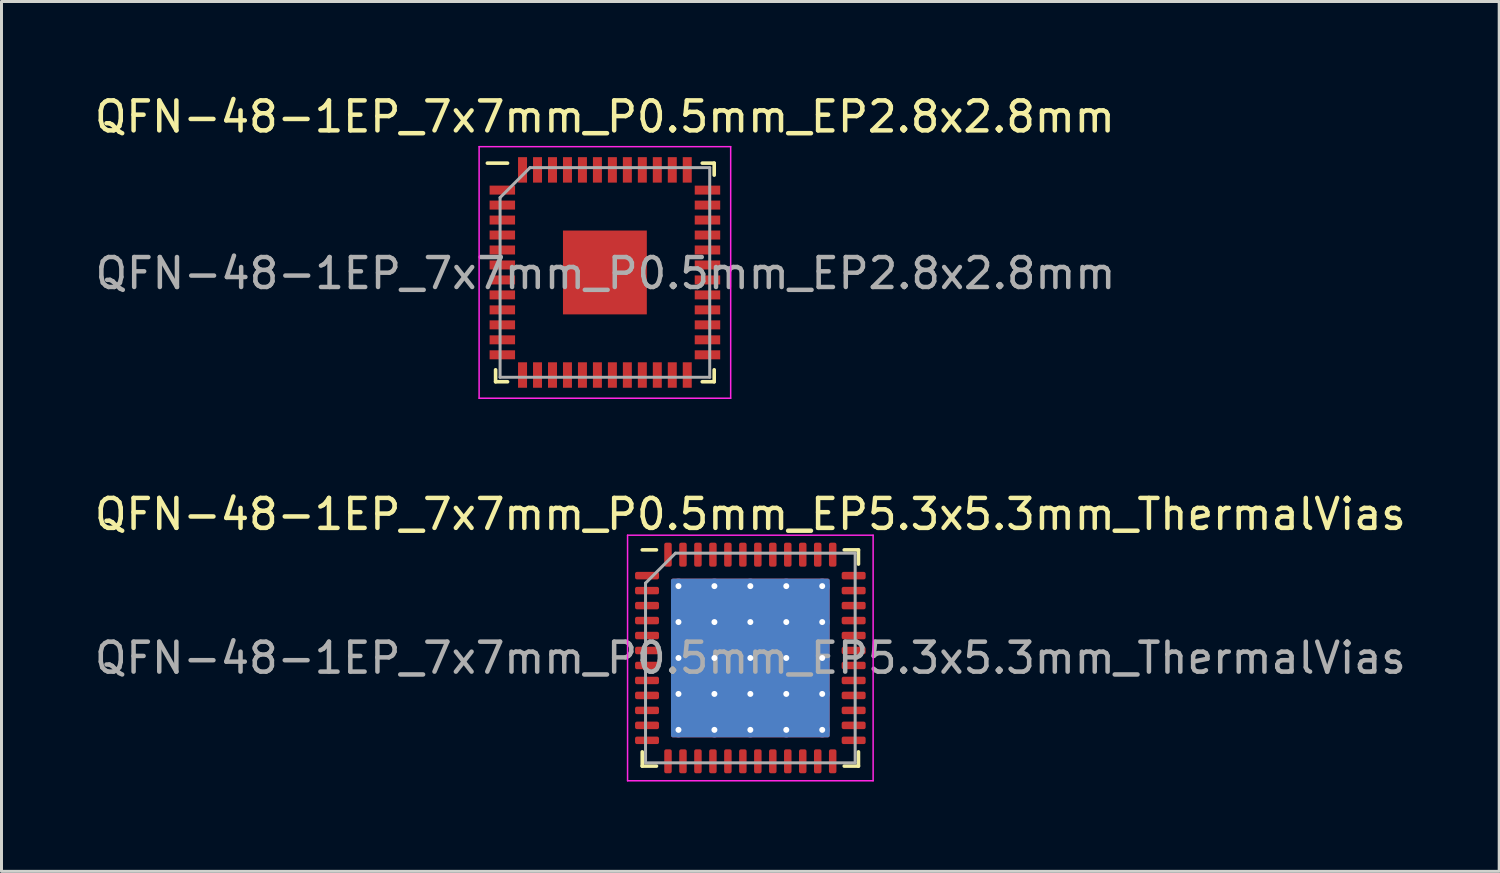
<source format=kicad_pcb>
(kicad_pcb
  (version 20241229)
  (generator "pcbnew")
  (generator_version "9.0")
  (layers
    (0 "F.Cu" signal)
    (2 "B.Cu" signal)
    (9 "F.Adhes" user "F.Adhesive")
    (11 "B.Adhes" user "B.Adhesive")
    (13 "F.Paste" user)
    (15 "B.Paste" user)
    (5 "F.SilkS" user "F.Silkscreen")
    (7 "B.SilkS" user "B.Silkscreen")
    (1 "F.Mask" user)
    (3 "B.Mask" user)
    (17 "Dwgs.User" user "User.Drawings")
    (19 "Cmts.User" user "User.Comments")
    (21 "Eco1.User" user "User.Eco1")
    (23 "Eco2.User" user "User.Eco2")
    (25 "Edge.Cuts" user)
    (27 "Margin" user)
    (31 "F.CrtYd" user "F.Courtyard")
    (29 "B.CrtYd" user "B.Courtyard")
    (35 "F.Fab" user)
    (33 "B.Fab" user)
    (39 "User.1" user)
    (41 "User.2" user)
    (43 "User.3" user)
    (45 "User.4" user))
  (footprint "QFN-48-1EP_7x7mm_P0.5mm_EP2.8x2.8mm"
    (layer "F.Cu")
    (at 17.149 6.048)
    (property "Reference" "QFN-48-1EP_7x7mm_P0.5mm_EP2.8x2.8mm" (at 0 -5.2 0) (layer "F.SilkS") (effects (font (size 1 1) (thickness 0.15))))
    (attr smd)
    (fp_line (start -3.65 3.65) (end -3.65 3.25) (stroke (width 0.12) (type solid)) (layer "F.SilkS"))
    (fp_line (start -3.25 -3.65) (end -3.925 -3.65) (stroke (width 0.12) (type solid)) (layer "F.SilkS"))
    (fp_line (start -3.25 3.65) (end -3.65 3.65) (stroke (width 0.12) (type solid)) (layer "F.SilkS"))
    (fp_line (start 3.25 -3.65) (end 3.65 -3.65) (stroke (width 0.12) (type solid)) (layer "F.SilkS"))
    (fp_line (start 3.25 3.65) (end 3.65 3.65) (stroke (width 0.12) (type solid)) (layer "F.SilkS"))
    (fp_line (start 3.65 -3.65) (end 3.65 -3.25) (stroke (width 0.12) (type solid)) (layer "F.SilkS"))
    (fp_line (start 3.65 3.65) (end 3.65 3.25) (stroke (width 0.12) (type solid)) (layer "F.SilkS"))
    (fp_line (start -4.2 -4.2) (end 4.2 -4.2) (stroke (width 0.05) (type solid)) (layer "F.CrtYd"))
    (fp_line (start -4.2 4.2) (end -4.2 -4.2) (stroke (width 0.05) (type solid)) (layer "F.CrtYd"))
    (fp_line (start 4.2 -4.2) (end 4.2 4.2) (stroke (width 0.05) (type solid)) (layer "F.CrtYd"))
    (fp_line (start 4.2 4.2) (end -4.2 4.2) (stroke (width 0.05) (type solid)) (layer "F.CrtYd"))
    (fp_line (start -3.5 -2.5) (end -3.5 3.5) (stroke (width 0.1) (type solid)) (layer "F.Fab"))
    (fp_line (start -3.5 3.5) (end 3.5 3.5) (stroke (width 0.1) (type solid)) (layer "F.Fab"))
    (fp_line (start -2.5 -3.5) (end -3.5 -2.5) (stroke (width 0.1) (type solid)) (layer "F.Fab"))
    (fp_line (start 3.5 -3.5) (end -2.5 -3.5) (stroke (width 0.1) (type solid)) (layer "F.Fab"))
    (fp_line (start 3.5 3.5) (end 3.5 -3.5) (stroke (width 0.1) (type solid)) (layer "F.Fab"))
    (fp_text user "${REFERENCE}" (at 0.02 0.03 0) (layer "F.Fab") (effects (font (size 1 1) (thickness 0.15))))
    (pad "" smd roundrect (at -0.635 -0.635) (size 0.99 0.99) (layers "F.Paste") (roundrect_rratio 0.25))
    (pad "" smd roundrect (at -0.635 0.635) (size 0.99 0.99) (layers "F.Paste") (roundrect_rratio 0.25))
    (pad "" smd roundrect (at 0.635 -0.635) (size 0.99 0.99) (layers "F.Paste") (roundrect_rratio 0.25))
    (pad "" smd roundrect (at 0.635 0.635) (size 0.99 0.99) (layers "F.Paste") (roundrect_rratio 0.25))
    (pad "1" smd rect (at -3.425 -2.75 90) (size 0.3 0.85) (layers "F.Cu" "F.Mask" "F.Paste"))
    (pad "2" smd rect (at -3.425 -2.25 90) (size 0.3 0.85) (layers "F.Cu" "F.Mask" "F.Paste"))
    (pad "3" smd rect (at -3.425 -1.75 90) (size 0.3 0.85) (layers "F.Cu" "F.Mask" "F.Paste"))
    (pad "4" smd rect (at -3.425 -1.25 90) (size 0.3 0.85) (layers "F.Cu" "F.Mask" "F.Paste"))
    (pad "5" smd rect (at -3.425 -0.75 90) (size 0.3 0.85) (layers "F.Cu" "F.Mask" "F.Paste"))
    (pad "6" smd rect (at -3.425 -0.25 90) (size 0.3 0.85) (layers "F.Cu" "F.Mask" "F.Paste"))
    (pad "7" smd rect (at -3.425 0.25 90) (size 0.3 0.85) (layers "F.Cu" "F.Mask" "F.Paste"))
    (pad "8" smd rect (at -3.425 0.75 90) (size 0.3 0.85) (layers "F.Cu" "F.Mask" "F.Paste"))
    (pad "9" smd rect (at -3.425 1.25 90) (size 0.3 0.85) (layers "F.Cu" "F.Mask" "F.Paste"))
    (pad "10" smd rect (at -3.425 1.75 90) (size 0.3 0.85) (layers "F.Cu" "F.Mask" "F.Paste"))
    (pad "11" smd rect (at -3.425 2.25 90) (size 0.3 0.85) (layers "F.Cu" "F.Mask" "F.Paste"))
    (pad "12" smd rect (at -3.425 2.75 90) (size 0.3 0.85) (layers "F.Cu" "F.Mask" "F.Paste"))
    (pad "13" smd rect (at -2.75 3.425) (size 0.3 0.85) (layers "F.Cu" "F.Mask" "F.Paste"))
    (pad "14" smd rect (at -2.25 3.425) (size 0.3 0.85) (layers "F.Cu" "F.Mask" "F.Paste"))
    (pad "15" smd rect (at -1.75 3.425) (size 0.3 0.85) (layers "F.Cu" "F.Mask" "F.Paste"))
    (pad "16" smd rect (at -1.25 3.425) (size 0.3 0.85) (layers "F.Cu" "F.Mask" "F.Paste"))
    (pad "17" smd rect (at -0.75 3.425) (size 0.3 0.85) (layers "F.Cu" "F.Mask" "F.Paste"))
    (pad "18" smd rect (at -0.25 3.425) (size 0.3 0.85) (layers "F.Cu" "F.Mask" "F.Paste"))
    (pad "19" smd rect (at 0.25 3.425) (size 0.3 0.85) (layers "F.Cu" "F.Mask" "F.Paste"))
    (pad "20" smd rect (at 0.75 3.425) (size 0.3 0.85) (layers "F.Cu" "F.Mask" "F.Paste"))
    (pad "21" smd rect (at 1.25 3.425) (size 0.3 0.85) (layers "F.Cu" "F.Mask" "F.Paste"))
    (pad "22" smd rect (at 1.75 3.425) (size 0.3 0.85) (layers "F.Cu" "F.Mask" "F.Paste"))
    (pad "23" smd rect (at 2.25 3.425) (size 0.3 0.85) (layers "F.Cu" "F.Mask" "F.Paste"))
    (pad "24" smd rect (at 2.75 3.425) (size 0.3 0.85) (layers "F.Cu" "F.Mask" "F.Paste"))
    (pad "25" smd rect (at 3.425 2.75 90) (size 0.3 0.85) (layers "F.Cu" "F.Mask" "F.Paste"))
    (pad "26" smd rect (at 3.425 2.25 90) (size 0.3 0.85) (layers "F.Cu" "F.Mask" "F.Paste"))
    (pad "27" smd rect (at 3.425 1.75 90) (size 0.3 0.85) (layers "F.Cu" "F.Mask" "F.Paste"))
    (pad "28" smd rect (at 3.425 1.25 90) (size 0.3 0.85) (layers "F.Cu" "F.Mask" "F.Paste"))
    (pad "29" smd rect (at 3.425 0.75 90) (size 0.3 0.85) (layers "F.Cu" "F.Mask" "F.Paste"))
    (pad "30" smd rect (at 3.425 0.25 90) (size 0.3 0.85) (layers "F.Cu" "F.Mask" "F.Paste"))
    (pad "31" smd rect (at 3.425 -0.25 90) (size 0.3 0.85) (layers "F.Cu" "F.Mask" "F.Paste"))
    (pad "32" smd rect (at 3.425 -0.75 90) (size 0.3 0.85) (layers "F.Cu" "F.Mask" "F.Paste"))
    (pad "33" smd rect (at 3.425 -1.25 90) (size 0.3 0.85) (layers "F.Cu" "F.Mask" "F.Paste"))
    (pad "34" smd rect (at 3.425 -1.75 90) (size 0.3 0.85) (layers "F.Cu" "F.Mask" "F.Paste"))
    (pad "35" smd rect (at 3.425 -2.25 90) (size 0.3 0.85) (layers "F.Cu" "F.Mask" "F.Paste"))
    (pad "36" smd rect (at 3.425 -2.75 90) (size 0.3 0.85) (layers "F.Cu" "F.Mask" "F.Paste"))
    (pad "37" smd rect (at 2.75 -3.425) (size 0.3 0.85) (layers "F.Cu" "F.Mask" "F.Paste"))
    (pad "38" smd rect (at 2.25 -3.425) (size 0.3 0.85) (layers "F.Cu" "F.Mask" "F.Paste"))
    (pad "39" smd rect (at 1.75 -3.425) (size 0.3 0.85) (layers "F.Cu" "F.Mask" "F.Paste"))
    (pad "40" smd rect (at 1.25 -3.425) (size 0.3 0.85) (layers "F.Cu" "F.Mask" "F.Paste"))
    (pad "41" smd rect (at 0.75 -3.425) (size 0.3 0.85) (layers "F.Cu" "F.Mask" "F.Paste"))
    (pad "42" smd rect (at 0.25 -3.425) (size 0.3 0.85) (layers "F.Cu" "F.Mask" "F.Paste"))
    (pad "43" smd rect (at -0.25 -3.425) (size 0.3 0.85) (layers "F.Cu" "F.Mask" "F.Paste"))
    (pad "44" smd rect (at -0.75 -3.425) (size 0.3 0.85) (layers "F.Cu" "F.Mask" "F.Paste"))
    (pad "45" smd rect (at -1.25 -3.425) (size 0.3 0.85) (layers "F.Cu" "F.Mask" "F.Paste"))
    (pad "46" smd rect (at -1.75 -3.425) (size 0.3 0.85) (layers "F.Cu" "F.Mask" "F.Paste"))
    (pad "47" smd rect (at -2.25 -3.425) (size 0.3 0.85) (layers "F.Cu" "F.Mask" "F.Paste"))
    (pad "48" smd rect (at -2.75 -3.425) (size 0.3 0.85) (layers "F.Cu" "F.Mask" "F.Paste"))
    (pad "49" smd rect (at 0 0) (size 2.8 2.8) (layers "F.Cu" "F.Mask")))
  (footprint "QFN-48-1EP_7x7mm_P0.5mm_EP5.3x5.3mm_ThermalVias"
    (layer "F.Cu")
    (at 22.006 18.922)
    (property "Reference" "QFN-48-1EP_7x7mm_P0.5mm_EP5.3x5.3mm_ThermalVias" (at 0 -4.8 0) (layer "F.SilkS") (effects (font (size 1 1) (thickness 0.15))))
    (attr smd)
    (fp_line (start -3.61 3.61) (end -3.61 3.135) (stroke (width 0.12) (type solid)) (layer "F.SilkS"))
    (fp_line (start -3.135 -3.61) (end -3.61 -3.61) (stroke (width 0.12) (type solid)) (layer "F.SilkS"))
    (fp_line (start -3.135 3.61) (end -3.61 3.61) (stroke (width 0.12) (type solid)) (layer "F.SilkS"))
    (fp_line (start 3.135 -3.61) (end 3.61 -3.61) (stroke (width 0.12) (type solid)) (layer "F.SilkS"))
    (fp_line (start 3.135 3.61) (end 3.61 3.61) (stroke (width 0.12) (type solid)) (layer "F.SilkS"))
    (fp_line (start 3.61 -3.61) (end 3.61 -3.135) (stroke (width 0.12) (type solid)) (layer "F.SilkS"))
    (fp_line (start 3.61 3.61) (end 3.61 3.135) (stroke (width 0.12) (type solid)) (layer "F.SilkS"))
    (fp_line (start -4.1 -4.1) (end -4.1 4.1) (stroke (width 0.05) (type solid)) (layer "F.CrtYd"))
    (fp_line (start -4.1 4.1) (end 4.1 4.1) (stroke (width 0.05) (type solid)) (layer "F.CrtYd"))
    (fp_line (start 4.1 -4.1) (end -4.1 -4.1) (stroke (width 0.05) (type solid)) (layer "F.CrtYd"))
    (fp_line (start 4.1 4.1) (end 4.1 -4.1) (stroke (width 0.05) (type solid)) (layer "F.CrtYd"))
    (fp_line (start -3.5 -2.5) (end -2.5 -3.5) (stroke (width 0.1) (type solid)) (layer "F.Fab"))
    (fp_line (start -3.5 3.5) (end -3.5 -2.5) (stroke (width 0.1) (type solid)) (layer "F.Fab"))
    (fp_line (start -2.5 -3.5) (end 3.5 -3.5) (stroke (width 0.1) (type solid)) (layer "F.Fab"))
    (fp_line (start 3.5 -3.5) (end 3.5 3.5) (stroke (width 0.1) (type solid)) (layer "F.Fab"))
    (fp_line (start 3.5 3.5) (end -3.5 3.5) (stroke (width 0.1) (type solid)) (layer "F.Fab"))
    (fp_text user "${REFERENCE}" (at 0 0 0) (layer "F.Fab") (effects (font (size 1 1) (thickness 0.15))))
    (pad "" smd roundrect (at -1.8 -1.8) (size 1.026 1.026) (layers "F.Paste") (roundrect_rratio 0.244))
    (pad "" smd roundrect (at -1.8 -0.6) (size 1.026 1.026) (layers "F.Paste") (roundrect_rratio 0.244))
    (pad "" smd roundrect (at -1.8 0.6) (size 1.026 1.026) (layers "F.Paste") (roundrect_rratio 0.244))
    (pad "" smd roundrect (at -1.8 1.8) (size 1.026 1.026) (layers "F.Paste") (roundrect_rratio 0.244))
    (pad "" smd roundrect (at -0.6 -1.8) (size 1.026 1.026) (layers "F.Paste") (roundrect_rratio 0.244))
    (pad "" smd roundrect (at -0.6 -0.6) (size 1.026 1.026) (layers "F.Paste") (roundrect_rratio 0.244))
    (pad "" smd roundrect (at -0.6 0.6) (size 1.026 1.026) (layers "F.Paste") (roundrect_rratio 0.244))
    (pad "" smd roundrect (at -0.6 1.8) (size 1.026 1.026) (layers "F.Paste") (roundrect_rratio 0.244))
    (pad "" smd roundrect (at 0.6 -1.8) (size 1.026 1.026) (layers "F.Paste") (roundrect_rratio 0.244))
    (pad "" smd roundrect (at 0.6 -0.6) (size 1.026 1.026) (layers "F.Paste") (roundrect_rratio 0.244))
    (pad "" smd roundrect (at 0.6 0.6) (size 1.026 1.026) (layers "F.Paste") (roundrect_rratio 0.244))
    (pad "" smd roundrect (at 0.6 1.8) (size 1.026 1.026) (layers "F.Paste") (roundrect_rratio 0.244))
    (pad "" smd roundrect (at 1.8 -1.8) (size 1.026 1.026) (layers "F.Paste") (roundrect_rratio 0.244))
    (pad "" smd roundrect (at 1.8 -0.6) (size 1.026 1.026) (layers "F.Paste") (roundrect_rratio 0.244))
    (pad "" smd roundrect (at 1.8 0.6) (size 1.026 1.026) (layers "F.Paste") (roundrect_rratio 0.244))
    (pad "" smd roundrect (at 1.8 1.8) (size 1.026 1.026) (layers "F.Paste") (roundrect_rratio 0.244))
    (pad "1" smd roundrect (at -3.45 -2.75) (size 0.8 0.25) (layers "F.Cu" "F.Mask" "F.Paste") (roundrect_rratio 0.25))
    (pad "2" smd roundrect (at -3.45 -2.25) (size 0.8 0.25) (layers "F.Cu" "F.Mask" "F.Paste") (roundrect_rratio 0.25))
    (pad "3" smd roundrect (at -3.45 -1.75) (size 0.8 0.25) (layers "F.Cu" "F.Mask" "F.Paste") (roundrect_rratio 0.25))
    (pad "4" smd roundrect (at -3.45 -1.25) (size 0.8 0.25) (layers "F.Cu" "F.Mask" "F.Paste") (roundrect_rratio 0.25))
    (pad "5" smd roundrect (at -3.45 -0.75) (size 0.8 0.25) (layers "F.Cu" "F.Mask" "F.Paste") (roundrect_rratio 0.25))
    (pad "6" smd roundrect (at -3.45 -0.25) (size 0.8 0.25) (layers "F.Cu" "F.Mask" "F.Paste") (roundrect_rratio 0.25))
    (pad "7" smd roundrect (at -3.45 0.25) (size 0.8 0.25) (layers "F.Cu" "F.Mask" "F.Paste") (roundrect_rratio 0.25))
    (pad "8" smd roundrect (at -3.45 0.75) (size 0.8 0.25) (layers "F.Cu" "F.Mask" "F.Paste") (roundrect_rratio 0.25))
    (pad "9" smd roundrect (at -3.45 1.25) (size 0.8 0.25) (layers "F.Cu" "F.Mask" "F.Paste") (roundrect_rratio 0.25))
    (pad "10" smd roundrect (at -3.45 1.75) (size 0.8 0.25) (layers "F.Cu" "F.Mask" "F.Paste") (roundrect_rratio 0.25))
    (pad "11" smd roundrect (at -3.45 2.25) (size 0.8 0.25) (layers "F.Cu" "F.Mask" "F.Paste") (roundrect_rratio 0.25))
    (pad "12" smd roundrect (at -3.45 2.75) (size 0.8 0.25) (layers "F.Cu" "F.Mask" "F.Paste") (roundrect_rratio 0.25))
    (pad "13" smd roundrect (at -2.75 3.45) (size 0.25 0.8) (layers "F.Cu" "F.Mask" "F.Paste") (roundrect_rratio 0.25))
    (pad "14" smd roundrect (at -2.25 3.45) (size 0.25 0.8) (layers "F.Cu" "F.Mask" "F.Paste") (roundrect_rratio 0.25))
    (pad "15" smd roundrect (at -1.75 3.45) (size 0.25 0.8) (layers "F.Cu" "F.Mask" "F.Paste") (roundrect_rratio 0.25))
    (pad "16" smd roundrect (at -1.25 3.45) (size 0.25 0.8) (layers "F.Cu" "F.Mask" "F.Paste") (roundrect_rratio 0.25))
    (pad "17" smd roundrect (at -0.75 3.45) (size 0.25 0.8) (layers "F.Cu" "F.Mask" "F.Paste") (roundrect_rratio 0.25))
    (pad "18" smd roundrect (at -0.25 3.45) (size 0.25 0.8) (layers "F.Cu" "F.Mask" "F.Paste") (roundrect_rratio 0.25))
    (pad "19" smd roundrect (at 0.25 3.45) (size 0.25 0.8) (layers "F.Cu" "F.Mask" "F.Paste") (roundrect_rratio 0.25))
    (pad "20" smd roundrect (at 0.75 3.45) (size 0.25 0.8) (layers "F.Cu" "F.Mask" "F.Paste") (roundrect_rratio 0.25))
    (pad "21" smd roundrect (at 1.25 3.45) (size 0.25 0.8) (layers "F.Cu" "F.Mask" "F.Paste") (roundrect_rratio 0.25))
    (pad "22" smd roundrect (at 1.75 3.45) (size 0.25 0.8) (layers "F.Cu" "F.Mask" "F.Paste") (roundrect_rratio 0.25))
    (pad "23" smd roundrect (at 2.25 3.45) (size 0.25 0.8) (layers "F.Cu" "F.Mask" "F.Paste") (roundrect_rratio 0.25))
    (pad "24" smd roundrect (at 2.75 3.45) (size 0.25 0.8) (layers "F.Cu" "F.Mask" "F.Paste") (roundrect_rratio 0.25))
    (pad "25" smd roundrect (at 3.45 2.75) (size 0.8 0.25) (layers "F.Cu" "F.Mask" "F.Paste") (roundrect_rratio 0.25))
    (pad "26" smd roundrect (at 3.45 2.25) (size 0.8 0.25) (layers "F.Cu" "F.Mask" "F.Paste") (roundrect_rratio 0.25))
    (pad "27" smd roundrect (at 3.45 1.75) (size 0.8 0.25) (layers "F.Cu" "F.Mask" "F.Paste") (roundrect_rratio 0.25))
    (pad "28" smd roundrect (at 3.45 1.25) (size 0.8 0.25) (layers "F.Cu" "F.Mask" "F.Paste") (roundrect_rratio 0.25))
    (pad "29" smd roundrect (at 3.45 0.75) (size 0.8 0.25) (layers "F.Cu" "F.Mask" "F.Paste") (roundrect_rratio 0.25))
    (pad "30" smd roundrect (at 3.45 0.25) (size 0.8 0.25) (layers "F.Cu" "F.Mask" "F.Paste") (roundrect_rratio 0.25))
    (pad "31" smd roundrect (at 3.45 -0.25) (size 0.8 0.25) (layers "F.Cu" "F.Mask" "F.Paste") (roundrect_rratio 0.25))
    (pad "32" smd roundrect (at 3.45 -0.75) (size 0.8 0.25) (layers "F.Cu" "F.Mask" "F.Paste") (roundrect_rratio 0.25))
    (pad "33" smd roundrect (at 3.45 -1.25) (size 0.8 0.25) (layers "F.Cu" "F.Mask" "F.Paste") (roundrect_rratio 0.25))
    (pad "34" smd roundrect (at 3.45 -1.75) (size 0.8 0.25) (layers "F.Cu" "F.Mask" "F.Paste") (roundrect_rratio 0.25))
    (pad "35" smd roundrect (at 3.45 -2.25) (size 0.8 0.25) (layers "F.Cu" "F.Mask" "F.Paste") (roundrect_rratio 0.25))
    (pad "36" smd roundrect (at 3.45 -2.75) (size 0.8 0.25) (layers "F.Cu" "F.Mask" "F.Paste") (roundrect_rratio 0.25))
    (pad "37" smd roundrect (at 2.75 -3.45) (size 0.25 0.8) (layers "F.Cu" "F.Mask" "F.Paste") (roundrect_rratio 0.25))
    (pad "38" smd roundrect (at 2.25 -3.45) (size 0.25 0.8) (layers "F.Cu" "F.Mask" "F.Paste") (roundrect_rratio 0.25))
    (pad "39" smd roundrect (at 1.75 -3.45) (size 0.25 0.8) (layers "F.Cu" "F.Mask" "F.Paste") (roundrect_rratio 0.25))
    (pad "40" smd roundrect (at 1.25 -3.45) (size 0.25 0.8) (layers "F.Cu" "F.Mask" "F.Paste") (roundrect_rratio 0.25))
    (pad "41" smd roundrect (at 0.75 -3.45) (size 0.25 0.8) (layers "F.Cu" "F.Mask" "F.Paste") (roundrect_rratio 0.25))
    (pad "42" smd roundrect (at 0.25 -3.45) (size 0.25 0.8) (layers "F.Cu" "F.Mask" "F.Paste") (roundrect_rratio 0.25))
    (pad "43" smd roundrect (at -0.25 -3.45) (size 0.25 0.8) (layers "F.Cu" "F.Mask" "F.Paste") (roundrect_rratio 0.25))
    (pad "44" smd roundrect (at -0.75 -3.45) (size 0.25 0.8) (layers "F.Cu" "F.Mask" "F.Paste") (roundrect_rratio 0.25))
    (pad "45" smd roundrect (at -1.25 -3.45) (size 0.25 0.8) (layers "F.Cu" "F.Mask" "F.Paste") (roundrect_rratio 0.25))
    (pad "46" smd roundrect (at -1.75 -3.45) (size 0.25 0.8) (layers "F.Cu" "F.Mask" "F.Paste") (roundrect_rratio 0.25))
    (pad "47" smd roundrect (at -2.25 -3.45) (size 0.25 0.8) (layers "F.Cu" "F.Mask" "F.Paste") (roundrect_rratio 0.25))
    (pad "48" smd roundrect (at -2.75 -3.45) (size 0.25 0.8) (layers "F.Cu" "F.Mask" "F.Paste") (roundrect_rratio 0.25))
    (pad "49" thru_hole circle (at -2.4 -2.4) (size 0.5 0.5) (drill 0.2) (layers "*.Cu"))
    (pad "49" thru_hole circle (at -2.4 -1.2) (size 0.5 0.5) (drill 0.2) (layers "*.Cu"))
    (pad "49" thru_hole circle (at -2.4 0) (size 0.5 0.5) (drill 0.2) (layers "*.Cu"))
    (pad "49" thru_hole circle (at -2.4 1.2) (size 0.5 0.5) (drill 0.2) (layers "*.Cu"))
    (pad "49" thru_hole circle (at -2.4 2.4) (size 0.5 0.5) (drill 0.2) (layers "*.Cu"))
    (pad "49" thru_hole circle (at -1.2 -2.4) (size 0.5 0.5) (drill 0.2) (layers "*.Cu"))
    (pad "49" thru_hole circle (at -1.2 -1.2) (size 0.5 0.5) (drill 0.2) (layers "*.Cu"))
    (pad "49" thru_hole circle (at -1.2 0) (size 0.5 0.5) (drill 0.2) (layers "*.Cu"))
    (pad "49" thru_hole circle (at -1.2 1.2) (size 0.5 0.5) (drill 0.2) (layers "*.Cu"))
    (pad "49" thru_hole circle (at -1.2 2.4) (size 0.5 0.5) (drill 0.2) (layers "*.Cu"))
    (pad "49" thru_hole circle (at 0 -2.4) (size 0.5 0.5) (drill 0.2) (layers "*.Cu"))
    (pad "49" thru_hole circle (at 0 -1.2) (size 0.5 0.5) (drill 0.2) (layers "*.Cu"))
    (pad "49" thru_hole circle (at 0 0) (size 0.5 0.5) (drill 0.2) (layers "*.Cu"))
    (pad "49" smd roundrect (at 0 0) (size 5.3 5.3) (layers "F.Cu" "F.Mask") (roundrect_rratio 0.012))
    (pad "49" smd roundrect (at 0 0) (size 5.3 5.3) (layers "B.Cu") (roundrect_rratio 0.012))
    (pad "49" thru_hole circle (at 0 1.2) (size 0.5 0.5) (drill 0.2) (layers "*.Cu"))
    (pad "49" thru_hole circle (at 0 2.4) (size 0.5 0.5) (drill 0.2) (layers "*.Cu"))
    (pad "49" thru_hole circle (at 1.2 -2.4) (size 0.5 0.5) (drill 0.2) (layers "*.Cu"))
    (pad "49" thru_hole circle (at 1.2 -1.2) (size 0.5 0.5) (drill 0.2) (layers "*.Cu"))
    (pad "49" thru_hole circle (at 1.2 0) (size 0.5 0.5) (drill 0.2) (layers "*.Cu"))
    (pad "49" thru_hole circle (at 1.2 1.2) (size 0.5 0.5) (drill 0.2) (layers "*.Cu"))
    (pad "49" thru_hole circle (at 1.2 2.4) (size 0.5 0.5) (drill 0.2) (layers "*.Cu"))
    (pad "49" thru_hole circle (at 2.4 -2.4) (size 0.5 0.5) (drill 0.2) (layers "*.Cu"))
    (pad "49" thru_hole circle (at 2.4 -1.2) (size 0.5 0.5) (drill 0.2) (layers "*.Cu"))
    (pad "49" thru_hole circle (at 2.4 0) (size 0.5 0.5) (drill 0.2) (layers "*.Cu"))
    (pad "49" thru_hole circle (at 2.4 1.2) (size 0.5 0.5) (drill 0.2) (layers "*.Cu"))
    (pad "49" thru_hole circle (at 2.4 2.4) (size 0.5 0.5) (drill 0.2) (layers "*.Cu")))
  (gr_rect
    (start -3 -3)
    (end 47.012 26.047)
    (stroke (width 0.1) (type default))
    (fill no)
    (layer "Edge.Cuts")))
</source>
